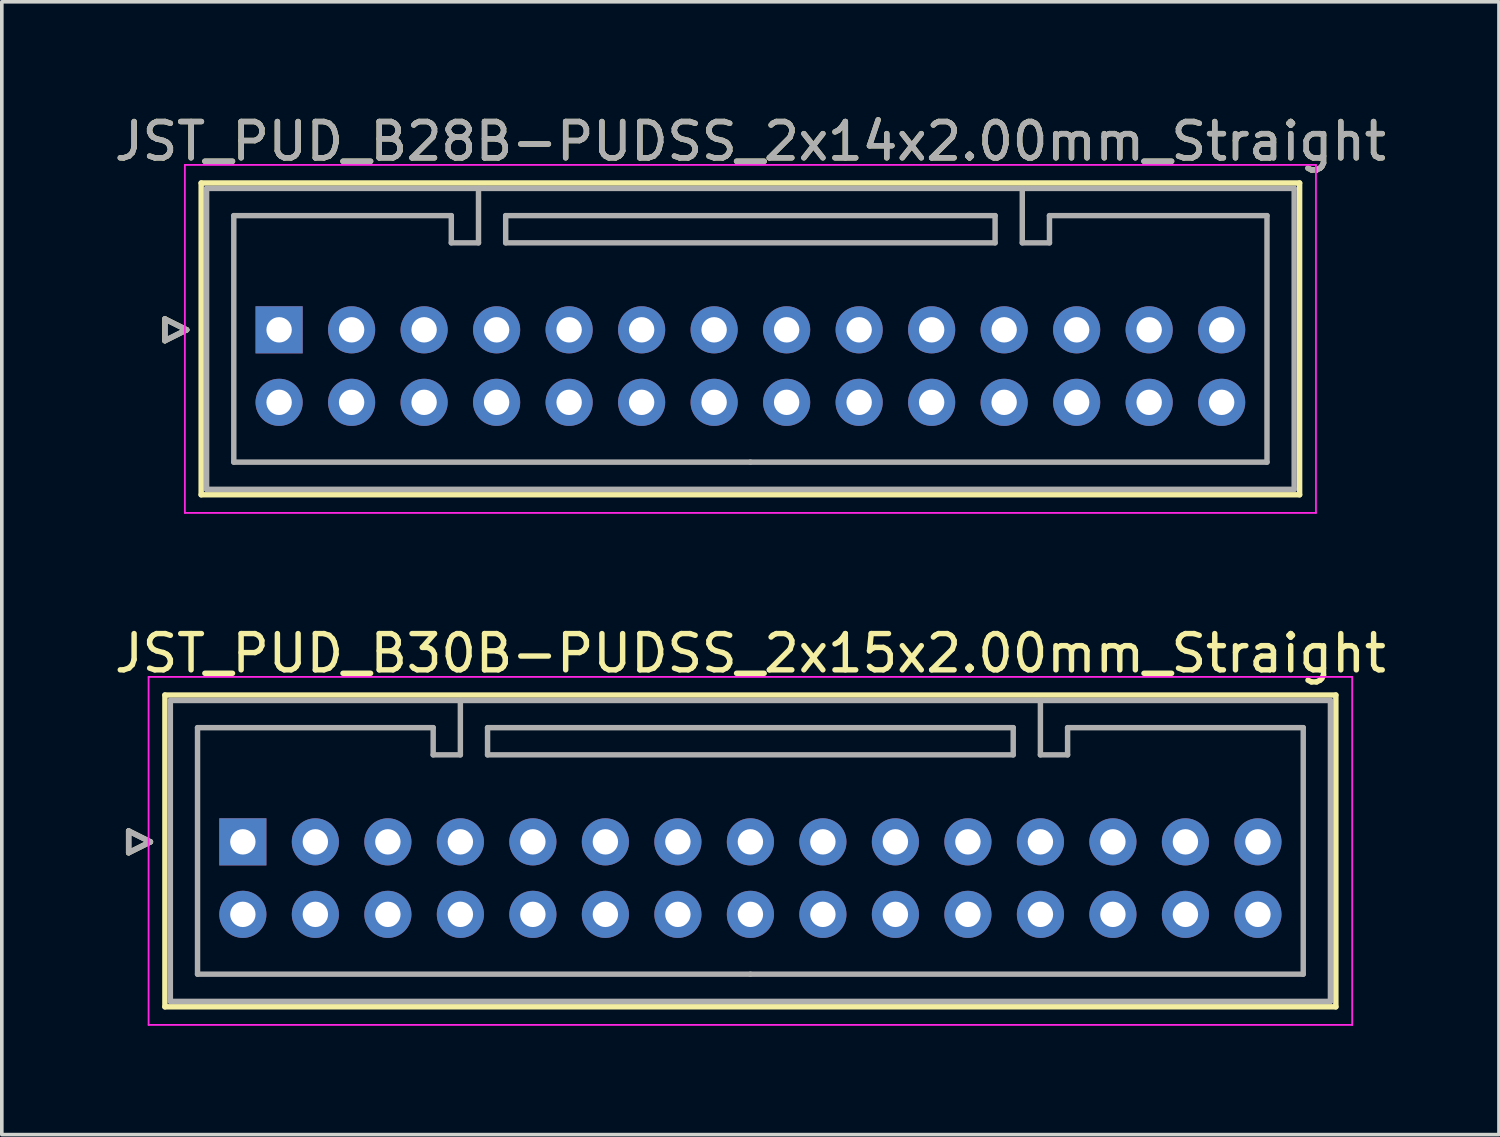
<source format=kicad_pcb>
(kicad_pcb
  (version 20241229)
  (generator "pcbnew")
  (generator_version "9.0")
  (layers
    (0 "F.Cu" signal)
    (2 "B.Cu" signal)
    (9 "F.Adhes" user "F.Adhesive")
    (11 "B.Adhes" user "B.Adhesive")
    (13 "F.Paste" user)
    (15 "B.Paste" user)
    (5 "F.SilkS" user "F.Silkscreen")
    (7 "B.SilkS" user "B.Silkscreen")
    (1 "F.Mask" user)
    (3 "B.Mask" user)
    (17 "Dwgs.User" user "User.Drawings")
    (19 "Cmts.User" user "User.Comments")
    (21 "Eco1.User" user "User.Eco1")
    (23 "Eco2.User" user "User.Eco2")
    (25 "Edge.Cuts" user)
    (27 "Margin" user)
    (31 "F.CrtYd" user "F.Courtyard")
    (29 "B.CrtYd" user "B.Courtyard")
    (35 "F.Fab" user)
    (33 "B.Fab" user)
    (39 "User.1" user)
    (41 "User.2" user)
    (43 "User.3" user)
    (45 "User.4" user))
  (footprint "JST_PUD_B28B-PUDSS_2x14x2.00mm_Straight"
    (layer "F.Cu")
    (at 4.649 6.048)
    (property "Reference" "JST_PUD_B28B-PUDSS_2x14x2.00mm_Straight" (at 13 -5.2 0) (layer "F.SilkS") (effects (font (size 1 1) (thickness 0.15))))
    (attr through_hole)
    (fp_line (start -3.15 -0.3) (end -2.55 0) (stroke (width 0.15) (type solid)) (layer "F.SilkS"))
    (fp_line (start -3.15 0.3) (end -3.15 -0.3) (stroke (width 0.15) (type solid)) (layer "F.SilkS"))
    (fp_line (start -2.55 0) (end -3.15 0.3) (stroke (width 0.15) (type solid)) (layer "F.SilkS"))
    (fp_line (start -2.15 -4.05) (end -2.15 4.55) (stroke (width 0.15) (type solid)) (layer "F.SilkS"))
    (fp_line (start -2.15 4.55) (end 28.15 4.55) (stroke (width 0.15) (type solid)) (layer "F.SilkS"))
    (fp_line (start 28.15 -4.05) (end -2.15 -4.05) (stroke (width 0.15) (type solid)) (layer "F.SilkS"))
    (fp_line (start 28.15 4.55) (end 28.15 -4.05) (stroke (width 0.15) (type solid)) (layer "F.SilkS"))
    (fp_line (start -2.6 -4.55) (end -2.6 5.05) (stroke (width 0.05) (type solid)) (layer "F.CrtYd"))
    (fp_line (start -2.6 5.05) (end 28.6 5.05) (stroke (width 0.05) (type solid)) (layer "F.CrtYd"))
    (fp_line (start 28.6 -4.55) (end -2.6 -4.55) (stroke (width 0.05) (type solid)) (layer "F.CrtYd"))
    (fp_line (start 28.6 5.05) (end 28.6 -4.55) (stroke (width 0.05) (type solid)) (layer "F.CrtYd"))
    (fp_line (start -3.15 -0.3) (end -2.55 0) (stroke (width 0.15) (type solid)) (layer "F.Fab"))
    (fp_line (start -3.15 0.3) (end -3.15 -0.3) (stroke (width 0.15) (type solid)) (layer "F.Fab"))
    (fp_line (start -2.55 0) (end -3.15 0.3) (stroke (width 0.15) (type solid)) (layer "F.Fab"))
    (fp_line (start -2 -3.9) (end -2 4.4) (stroke (width 0.15) (type solid)) (layer "F.Fab"))
    (fp_line (start -2 4.4) (end 28 4.4) (stroke (width 0.15) (type solid)) (layer "F.Fab"))
    (fp_line (start -1.25 -3.15) (end -1.25 3.65) (stroke (width 0.15) (type solid)) (layer "F.Fab"))
    (fp_line (start -1.25 3.65) (end 13 3.65) (stroke (width 0.15) (type solid)) (layer "F.Fab"))
    (fp_line (start 4.75 -3.15) (end -1.25 -3.15) (stroke (width 0.15) (type solid)) (layer "F.Fab"))
    (fp_line (start 4.75 -2.4) (end 4.75 -3.15) (stroke (width 0.15) (type solid)) (layer "F.Fab"))
    (fp_line (start 5.5 -3.9) (end 5.5 -2.4) (stroke (width 0.15) (type solid)) (layer "F.Fab"))
    (fp_line (start 5.5 -2.4) (end 4.75 -2.4) (stroke (width 0.15) (type solid)) (layer "F.Fab"))
    (fp_line (start 6.25 -3.15) (end 6.25 -2.4) (stroke (width 0.15) (type solid)) (layer "F.Fab"))
    (fp_line (start 6.25 -2.4) (end 19.75 -2.4) (stroke (width 0.15) (type solid)) (layer "F.Fab"))
    (fp_line (start 19.75 -3.15) (end 6.25 -3.15) (stroke (width 0.15) (type solid)) (layer "F.Fab"))
    (fp_line (start 19.75 -2.4) (end 19.75 -3.15) (stroke (width 0.15) (type solid)) (layer "F.Fab"))
    (fp_line (start 20.5 -3.9) (end 20.5 -2.4) (stroke (width 0.15) (type solid)) (layer "F.Fab"))
    (fp_line (start 20.5 -2.4) (end 21.25 -2.4) (stroke (width 0.15) (type solid)) (layer "F.Fab"))
    (fp_line (start 21.25 -3.15) (end 27.25 -3.15) (stroke (width 0.15) (type solid)) (layer "F.Fab"))
    (fp_line (start 21.25 -2.4) (end 21.25 -3.15) (stroke (width 0.15) (type solid)) (layer "F.Fab"))
    (fp_line (start 27.25 -3.15) (end 27.25 3.65) (stroke (width 0.15) (type solid)) (layer "F.Fab"))
    (fp_line (start 27.25 3.65) (end 13 3.65) (stroke (width 0.15) (type solid)) (layer "F.Fab"))
    (fp_line (start 28 -3.9) (end -2 -3.9) (stroke (width 0.15) (type solid)) (layer "F.Fab"))
    (fp_line (start 28 4.4) (end 28 -3.9) (stroke (width 0.15) (type solid)) (layer "F.Fab"))
    (fp_text user "${REFERENCE}" (at 13 -5.2 0) (layer "F.Fab") (effects (font (size 1 1) (thickness 0.15))))
    (pad "1" thru_hole rect (at 0 0) (size 1.3 1.3) (drill 0.7) (layers "*.Cu" "*.Mask"))
    (pad "2" thru_hole circle (at 0 2) (size 1.3 1.3) (drill 0.7) (layers "*.Cu" "*.Mask"))
    (pad "3" thru_hole circle (at 2 0) (size 1.3 1.3) (drill 0.7) (layers "*.Cu" "*.Mask"))
    (pad "4" thru_hole circle (at 2 2) (size 1.3 1.3) (drill 0.7) (layers "*.Cu" "*.Mask"))
    (pad "5" thru_hole circle (at 4 0) (size 1.3 1.3) (drill 0.7) (layers "*.Cu" "*.Mask"))
    (pad "6" thru_hole circle (at 4 2) (size 1.3 1.3) (drill 0.7) (layers "*.Cu" "*.Mask"))
    (pad "7" thru_hole circle (at 6 0) (size 1.3 1.3) (drill 0.7) (layers "*.Cu" "*.Mask"))
    (pad "8" thru_hole circle (at 6 2) (size 1.3 1.3) (drill 0.7) (layers "*.Cu" "*.Mask"))
    (pad "9" thru_hole circle (at 8 0) (size 1.3 1.3) (drill 0.7) (layers "*.Cu" "*.Mask"))
    (pad "10" thru_hole circle (at 8 2) (size 1.3 1.3) (drill 0.7) (layers "*.Cu" "*.Mask"))
    (pad "11" thru_hole circle (at 10 0) (size 1.3 1.3) (drill 0.7) (layers "*.Cu" "*.Mask"))
    (pad "12" thru_hole circle (at 10 2) (size 1.3 1.3) (drill 0.7) (layers "*.Cu" "*.Mask"))
    (pad "13" thru_hole circle (at 12 0) (size 1.3 1.3) (drill 0.7) (layers "*.Cu" "*.Mask"))
    (pad "14" thru_hole circle (at 12 2) (size 1.3 1.3) (drill 0.7) (layers "*.Cu" "*.Mask"))
    (pad "15" thru_hole circle (at 14 0) (size 1.3 1.3) (drill 0.7) (layers "*.Cu" "*.Mask"))
    (pad "16" thru_hole circle (at 14 2) (size 1.3 1.3) (drill 0.7) (layers "*.Cu" "*.Mask"))
    (pad "17" thru_hole circle (at 16 0) (size 1.3 1.3) (drill 0.7) (layers "*.Cu" "*.Mask"))
    (pad "18" thru_hole circle (at 16 2) (size 1.3 1.3) (drill 0.7) (layers "*.Cu" "*.Mask"))
    (pad "19" thru_hole circle (at 18 0) (size 1.3 1.3) (drill 0.7) (layers "*.Cu" "*.Mask"))
    (pad "20" thru_hole circle (at 18 2) (size 1.3 1.3) (drill 0.7) (layers "*.Cu" "*.Mask"))
    (pad "21" thru_hole circle (at 20 0) (size 1.3 1.3) (drill 0.7) (layers "*.Cu" "*.Mask"))
    (pad "22" thru_hole circle (at 20 2) (size 1.3 1.3) (drill 0.7) (layers "*.Cu" "*.Mask"))
    (pad "23" thru_hole circle (at 22 0) (size 1.3 1.3) (drill 0.7) (layers "*.Cu" "*.Mask"))
    (pad "24" thru_hole circle (at 22 2) (size 1.3 1.3) (drill 0.7) (layers "*.Cu" "*.Mask"))
    (pad "25" thru_hole circle (at 24 0) (size 1.3 1.3) (drill 0.7) (layers "*.Cu" "*.Mask"))
    (pad "26" thru_hole circle (at 24 2) (size 1.3 1.3) (drill 0.7) (layers "*.Cu" "*.Mask"))
    (pad "27" thru_hole circle (at 26 0) (size 1.3 1.3) (drill 0.7) (layers "*.Cu" "*.Mask"))
    (pad "28" thru_hole circle (at 26 2) (size 1.3 1.3) (drill 0.7) (layers "*.Cu" "*.Mask")))
  (footprint "JST_PUD_B30B-PUDSS_2x15x2.00mm_Straight"
    (layer "F.Cu")
    (at 3.649 20.172)
    (property "Reference" "JST_PUD_B30B-PUDSS_2x15x2.00mm_Straight" (at 14 -5.2 0) (layer "F.SilkS") (effects (font (size 1 1) (thickness 0.15))))
    (attr through_hole)
    (fp_line (start -3.15 -0.3) (end -2.55 0) (stroke (width 0.15) (type solid)) (layer "F.SilkS"))
    (fp_line (start -3.15 0.3) (end -3.15 -0.3) (stroke (width 0.15) (type solid)) (layer "F.SilkS"))
    (fp_line (start -2.55 0) (end -3.15 0.3) (stroke (width 0.15) (type solid)) (layer "F.SilkS"))
    (fp_line (start -2.15 -4.05) (end -2.15 4.55) (stroke (width 0.15) (type solid)) (layer "F.SilkS"))
    (fp_line (start -2.15 4.55) (end 30.15 4.55) (stroke (width 0.15) (type solid)) (layer "F.SilkS"))
    (fp_line (start 30.15 -4.05) (end -2.15 -4.05) (stroke (width 0.15) (type solid)) (layer "F.SilkS"))
    (fp_line (start 30.15 4.55) (end 30.15 -4.05) (stroke (width 0.15) (type solid)) (layer "F.SilkS"))
    (fp_line (start -2.6 -4.55) (end -2.6 5.05) (stroke (width 0.05) (type solid)) (layer "F.CrtYd"))
    (fp_line (start -2.6 5.05) (end 30.6 5.05) (stroke (width 0.05) (type solid)) (layer "F.CrtYd"))
    (fp_line (start 30.6 -4.55) (end -2.6 -4.55) (stroke (width 0.05) (type solid)) (layer "F.CrtYd"))
    (fp_line (start 30.6 5.05) (end 30.6 -4.55) (stroke (width 0.05) (type solid)) (layer "F.CrtYd"))
    (fp_line (start -3.15 -0.3) (end -2.55 0) (stroke (width 0.15) (type solid)) (layer "F.Fab"))
    (fp_line (start -3.15 0.3) (end -3.15 -0.3) (stroke (width 0.15) (type solid)) (layer "F.Fab"))
    (fp_line (start -2.55 0) (end -3.15 0.3) (stroke (width 0.15) (type solid)) (layer "F.Fab"))
    (fp_line (start -2 -3.9) (end -2 4.4) (stroke (width 0.15) (type solid)) (layer "F.Fab"))
    (fp_line (start -2 4.4) (end 30 4.4) (stroke (width 0.15) (type solid)) (layer "F.Fab"))
    (fp_line (start -1.25 -3.15) (end -1.25 3.65) (stroke (width 0.15) (type solid)) (layer "F.Fab"))
    (fp_line (start -1.25 3.65) (end 14 3.65) (stroke (width 0.15) (type solid)) (layer "F.Fab"))
    (fp_line (start 5.25 -3.15) (end -1.25 -3.15) (stroke (width 0.15) (type solid)) (layer "F.Fab"))
    (fp_line (start 5.25 -2.4) (end 5.25 -3.15) (stroke (width 0.15) (type solid)) (layer "F.Fab"))
    (fp_line (start 6 -3.9) (end 6 -2.4) (stroke (width 0.15) (type solid)) (layer "F.Fab"))
    (fp_line (start 6 -2.4) (end 5.25 -2.4) (stroke (width 0.15) (type solid)) (layer "F.Fab"))
    (fp_line (start 6.75 -3.15) (end 6.75 -2.4) (stroke (width 0.15) (type solid)) (layer "F.Fab"))
    (fp_line (start 6.75 -2.4) (end 21.25 -2.4) (stroke (width 0.15) (type solid)) (layer "F.Fab"))
    (fp_line (start 21.25 -3.15) (end 6.75 -3.15) (stroke (width 0.15) (type solid)) (layer "F.Fab"))
    (fp_line (start 21.25 -2.4) (end 21.25 -3.15) (stroke (width 0.15) (type solid)) (layer "F.Fab"))
    (fp_line (start 22 -3.9) (end 22 -2.4) (stroke (width 0.15) (type solid)) (layer "F.Fab"))
    (fp_line (start 22 -2.4) (end 22.75 -2.4) (stroke (width 0.15) (type solid)) (layer "F.Fab"))
    (fp_line (start 22.75 -3.15) (end 29.25 -3.15) (stroke (width 0.15) (type solid)) (layer "F.Fab"))
    (fp_line (start 22.75 -2.4) (end 22.75 -3.15) (stroke (width 0.15) (type solid)) (layer "F.Fab"))
    (fp_line (start 29.25 -3.15) (end 29.25 3.65) (stroke (width 0.15) (type solid)) (layer "F.Fab"))
    (fp_line (start 29.25 3.65) (end 14 3.65) (stroke (width 0.15) (type solid)) (layer "F.Fab"))
    (fp_line (start 30 -3.9) (end -2 -3.9) (stroke (width 0.15) (type solid)) (layer "F.Fab"))
    (fp_line (start 30 4.4) (end 30 -3.9) (stroke (width 0.15) (type solid)) (layer "F.Fab"))
    (pad "1" thru_hole rect (at 0 0) (size 1.3 1.3) (drill 0.7) (layers "*.Cu" "*.Mask"))
    (pad "2" thru_hole circle (at 0 2) (size 1.3 1.3) (drill 0.7) (layers "*.Cu" "*.Mask"))
    (pad "3" thru_hole circle (at 2 0) (size 1.3 1.3) (drill 0.7) (layers "*.Cu" "*.Mask"))
    (pad "4" thru_hole circle (at 2 2) (size 1.3 1.3) (drill 0.7) (layers "*.Cu" "*.Mask"))
    (pad "5" thru_hole circle (at 4 0) (size 1.3 1.3) (drill 0.7) (layers "*.Cu" "*.Mask"))
    (pad "6" thru_hole circle (at 4 2) (size 1.3 1.3) (drill 0.7) (layers "*.Cu" "*.Mask"))
    (pad "7" thru_hole circle (at 6 0) (size 1.3 1.3) (drill 0.7) (layers "*.Cu" "*.Mask"))
    (pad "8" thru_hole circle (at 6 2) (size 1.3 1.3) (drill 0.7) (layers "*.Cu" "*.Mask"))
    (pad "9" thru_hole circle (at 8 0) (size 1.3 1.3) (drill 0.7) (layers "*.Cu" "*.Mask"))
    (pad "10" thru_hole circle (at 8 2) (size 1.3 1.3) (drill 0.7) (layers "*.Cu" "*.Mask"))
    (pad "11" thru_hole circle (at 10 0) (size 1.3 1.3) (drill 0.7) (layers "*.Cu" "*.Mask"))
    (pad "12" thru_hole circle (at 10 2) (size 1.3 1.3) (drill 0.7) (layers "*.Cu" "*.Mask"))
    (pad "13" thru_hole circle (at 12 0) (size 1.3 1.3) (drill 0.7) (layers "*.Cu" "*.Mask"))
    (pad "14" thru_hole circle (at 12 2) (size 1.3 1.3) (drill 0.7) (layers "*.Cu" "*.Mask"))
    (pad "15" thru_hole circle (at 14 0) (size 1.3 1.3) (drill 0.7) (layers "*.Cu" "*.Mask"))
    (pad "16" thru_hole circle (at 14 2) (size 1.3 1.3) (drill 0.7) (layers "*.Cu" "*.Mask"))
    (pad "17" thru_hole circle (at 16 0) (size 1.3 1.3) (drill 0.7) (layers "*.Cu" "*.Mask"))
    (pad "18" thru_hole circle (at 16 2) (size 1.3 1.3) (drill 0.7) (layers "*.Cu" "*.Mask"))
    (pad "19" thru_hole circle (at 18 0) (size 1.3 1.3) (drill 0.7) (layers "*.Cu" "*.Mask"))
    (pad "20" thru_hole circle (at 18 2) (size 1.3 1.3) (drill 0.7) (layers "*.Cu" "*.Mask"))
    (pad "21" thru_hole circle (at 20 0) (size 1.3 1.3) (drill 0.7) (layers "*.Cu" "*.Mask"))
    (pad "22" thru_hole circle (at 20 2) (size 1.3 1.3) (drill 0.7) (layers "*.Cu" "*.Mask"))
    (pad "23" thru_hole circle (at 22 0) (size 1.3 1.3) (drill 0.7) (layers "*.Cu" "*.Mask"))
    (pad "24" thru_hole circle (at 22 2) (size 1.3 1.3) (drill 0.7) (layers "*.Cu" "*.Mask"))
    (pad "25" thru_hole circle (at 24 0) (size 1.3 1.3) (drill 0.7) (layers "*.Cu" "*.Mask"))
    (pad "26" thru_hole circle (at 24 2) (size 1.3 1.3) (drill 0.7) (layers "*.Cu" "*.Mask"))
    (pad "27" thru_hole circle (at 26 0) (size 1.3 1.3) (drill 0.7) (layers "*.Cu" "*.Mask"))
    (pad "28" thru_hole circle (at 26 2) (size 1.3 1.3) (drill 0.7) (layers "*.Cu" "*.Mask"))
    (pad "29" thru_hole circle (at 28 0) (size 1.3 1.3) (drill 0.7) (layers "*.Cu" "*.Mask"))
    (pad "30" thru_hole circle (at 28 2) (size 1.3 1.3) (drill 0.7) (layers "*.Cu" "*.Mask")))
  (gr_rect
    (start -3 -3)
    (end 38.298 28.247)
    (stroke (width 0.1) (type default))
    (fill no)
    (layer "Edge.Cuts")))
</source>
